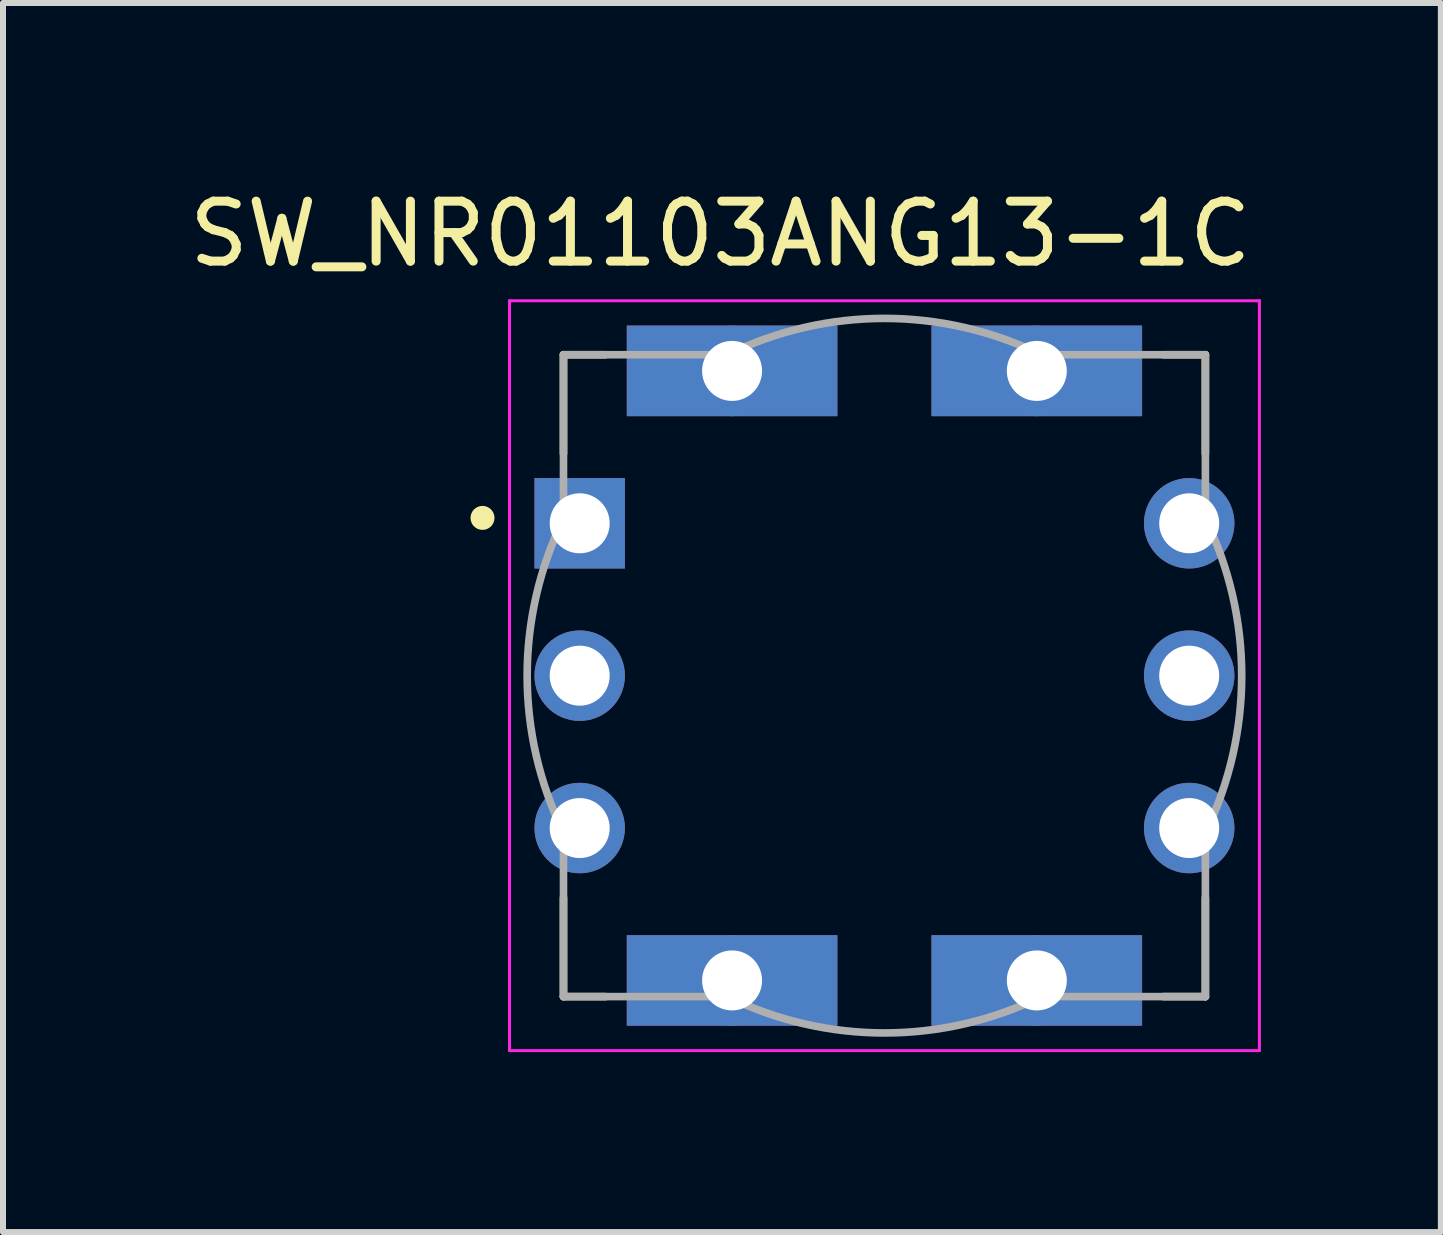
<source format=kicad_pcb>
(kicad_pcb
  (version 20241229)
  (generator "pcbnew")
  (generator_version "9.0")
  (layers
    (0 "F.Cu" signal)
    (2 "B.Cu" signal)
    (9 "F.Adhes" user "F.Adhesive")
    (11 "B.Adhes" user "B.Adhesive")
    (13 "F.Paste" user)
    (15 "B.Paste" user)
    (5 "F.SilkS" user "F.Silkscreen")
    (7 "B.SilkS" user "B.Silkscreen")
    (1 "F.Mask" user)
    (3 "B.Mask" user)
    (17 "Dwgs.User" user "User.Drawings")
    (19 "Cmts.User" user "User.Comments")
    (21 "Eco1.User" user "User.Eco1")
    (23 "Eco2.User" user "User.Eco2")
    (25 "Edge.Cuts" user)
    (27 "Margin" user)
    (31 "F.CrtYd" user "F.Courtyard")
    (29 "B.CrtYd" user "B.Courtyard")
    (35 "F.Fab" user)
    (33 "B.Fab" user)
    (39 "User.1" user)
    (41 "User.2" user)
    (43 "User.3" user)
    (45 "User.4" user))
  (footprint "SW_NR01103ANG13-1C"
    (layer "F.Cu")
    (at 11.693 8.213)
    (property "Reference" "SW_NR01103ANG13-1C" (at -2.735 -7.365 0) (layer "F.SilkS") (effects (font (size 1 1) (thickness 0.15))))
    (attr through_hole)
    (fp_poly (pts (xy -4.29 -5.83) (xy -0.79 -5.83) (xy -0.79 -4.33) (xy -4.29 -4.33)) (stroke (width 0.01) (type solid)) (fill yes) (layer "F.Cu"))
    (fp_poly (pts (xy -4.29 4.33) (xy -0.79 4.33) (xy -0.79 5.83) (xy -4.29 5.83)) (stroke (width 0.01) (type solid)) (fill yes) (layer "F.Cu"))
    (fp_poly (pts (xy 0.79 -5.83) (xy 4.29 -5.83) (xy 4.29 -4.33) (xy 0.79 -4.33)) (stroke (width 0.01) (type solid)) (fill yes) (layer "F.Cu"))
    (fp_poly (pts (xy 0.79 4.33) (xy 4.29 4.33) (xy 4.29 5.83) (xy 0.79 5.83)) (stroke (width 0.01) (type solid)) (fill yes) (layer "F.Cu"))
    (fp_poly (pts (xy -4.4 -5.93) (xy -0.7 -5.93) (xy -0.7 -4.23) (xy -4.4 -4.23)) (stroke (width 0.01) (type solid)) (fill yes) (layer "F.Mask"))
    (fp_poly (pts (xy -4.4 4.23) (xy -0.7 4.23) (xy -0.7 5.93) (xy -4.4 5.93)) (stroke (width 0.01) (type solid)) (fill yes) (layer "F.Mask"))
    (fp_poly (pts (xy 0.68 -5.93) (xy 4.38 -5.93) (xy 4.38 -4.23) (xy 0.68 -4.23)) (stroke (width 0.01) (type solid)) (fill yes) (layer "F.Mask"))
    (fp_poly (pts (xy 0.68 4.23) (xy 4.38 4.23) (xy 4.38 5.93) (xy 0.68 5.93)) (stroke (width 0.01) (type solid)) (fill yes) (layer "F.Mask"))
    (fp_poly (pts (xy -4.29 -5.83) (xy -0.79 -5.83) (xy -0.79 -4.33) (xy -4.29 -4.33)) (stroke (width 0.01) (type solid)) (fill yes) (layer "B.Cu"))
    (fp_poly (pts (xy -4.29 4.33) (xy -0.79 4.33) (xy -0.79 5.83) (xy -4.29 5.83)) (stroke (width 0.01) (type solid)) (fill yes) (layer "B.Cu"))
    (fp_poly (pts (xy 0.79 -5.83) (xy 4.29 -5.83) (xy 4.29 -4.33) (xy 0.79 -4.33)) (stroke (width 0.01) (type solid)) (fill yes) (layer "B.Cu"))
    (fp_poly (pts (xy 0.79 4.33) (xy 4.29 4.33) (xy 4.29 5.83) (xy 0.79 5.83)) (stroke (width 0.01) (type solid)) (fill yes) (layer "B.Cu"))
    (fp_poly (pts (xy -4.4 -5.93) (xy -0.7 -5.93) (xy -0.7 -4.23) (xy -4.4 -4.23)) (stroke (width 0.01) (type solid)) (fill yes) (layer "B.Mask"))
    (fp_poly (pts (xy -4.4 4.23) (xy -0.7 4.23) (xy -0.7 5.93) (xy -4.4 5.93)) (stroke (width 0.01) (type solid)) (fill yes) (layer "B.Mask"))
    (fp_poly (pts (xy 0.68 -5.93) (xy 4.38 -5.93) (xy 4.38 -4.23) (xy 0.68 -4.23)) (stroke (width 0.01) (type solid)) (fill yes) (layer "B.Mask"))
    (fp_poly (pts (xy 0.68 4.23) (xy 4.38 4.23) (xy 4.38 5.93) (xy 0.68 5.93)) (stroke (width 0.01) (type solid)) (fill yes) (layer "B.Mask"))
    (fp_line (start -5.35 -5.35) (end -5.35 -3.7) (stroke (width 0.127) (type solid)) (layer "F.SilkS"))
    (fp_line (start -5.35 5.35) (end -5.35 3.7) (stroke (width 0.127) (type solid)) (layer "F.SilkS"))
    (fp_line (start -4.65 -5.35) (end -5.35 -5.35) (stroke (width 0.127) (type solid)) (layer "F.SilkS"))
    (fp_line (start -4.65 5.35) (end -5.35 5.35) (stroke (width 0.127) (type solid)) (layer "F.SilkS"))
    (fp_line (start 5.35 -5.35) (end 4.65 -5.35) (stroke (width 0.127) (type solid)) (layer "F.SilkS"))
    (fp_line (start 5.35 -3.7) (end 5.35 -5.35) (stroke (width 0.127) (type solid)) (layer "F.SilkS"))
    (fp_line (start 5.35 3.7) (end 5.35 5.35) (stroke (width 0.127) (type solid)) (layer "F.SilkS"))
    (fp_line (start 5.35 5.35) (end 4.65 5.35) (stroke (width 0.127) (type solid)) (layer "F.SilkS"))
    (fp_circle (center -6.7 -2.63) (end -6.6 -2.63) (stroke (width 0.2) (type solid)) (fill no) (layer "F.SilkS"))
    (fp_line (start -6.25 -6.25) (end 6.25 -6.25) (stroke (width 0.05) (type solid)) (layer "F.CrtYd"))
    (fp_line (start -6.25 6.25) (end -6.25 -6.25) (stroke (width 0.05) (type solid)) (layer "F.CrtYd"))
    (fp_line (start 6.25 -6.25) (end 6.25 6.25) (stroke (width 0.05) (type solid)) (layer "F.CrtYd"))
    (fp_line (start 6.25 6.25) (end -6.25 6.25) (stroke (width 0.05) (type solid)) (layer "F.CrtYd"))
    (fp_line (start -5.35 -5.35) (end -2.616 -5.35) (stroke (width 0.127) (type solid)) (layer "F.Fab"))
    (fp_line (start -5.35 -2.616) (end -5.35 -5.35) (stroke (width 0.127) (type solid)) (layer "F.Fab"))
    (fp_line (start -5.35 5.35) (end -5.35 2.616) (stroke (width 0.127) (type solid)) (layer "F.Fab"))
    (fp_line (start -5.35 5.35) (end -2.616 5.35) (stroke (width 0.127) (type solid)) (layer "F.Fab"))
    (fp_line (start 2.616 -5.35) (end 5.35 -5.35) (stroke (width 0.127) (type solid)) (layer "F.Fab"))
    (fp_line (start 2.616 5.35) (end 5.35 5.35) (stroke (width 0.127) (type solid)) (layer "F.Fab"))
    (fp_line (start 5.35 -2.616) (end 5.35 -5.35) (stroke (width 0.127) (type solid)) (layer "F.Fab"))
    (fp_line (start 5.35 5.35) (end 5.35 2.616) (stroke (width 0.127) (type solid)) (layer "F.Fab"))
    (fp_arc (start -5.35 2.6165) (mid -5.955549 0) (end -5.35 -2.6165) (stroke (width 0.127) (type solid)) (layer "F.Fab"))
    (fp_arc (start -2.6165 -5.35) (mid 0 -5.955549) (end 2.6165 -5.35) (stroke (width 0.127) (type solid)) (layer "F.Fab"))
    (fp_arc (start 2.6165 5.35) (mid 0 5.955549) (end -2.6165 5.35) (stroke (width 0.127) (type solid)) (layer "F.Fab"))
    (fp_arc (start 5.35 -2.6165) (mid 5.955549 0) (end 5.35 2.6165) (stroke (width 0.127) (type solid)) (layer "F.Fab"))
    (pad "1" thru_hole rect (at -5.08 -2.54) (size 1.508 1.508) (drill 1) (layers "*.Cu" "*.Mask"))
    (pad "2" thru_hole circle (at 5.08 -2.54) (size 1.508 1.508) (drill 1) (layers "*.Cu" "*.Mask"))
    (pad "3" thru_hole circle (at 5.08 0) (size 1.508 1.508) (drill 1) (layers "*.Cu" "*.Mask"))
    (pad "4" thru_hole circle (at 5.08 2.54) (size 1.508 1.508) (drill 1) (layers "*.Cu" "*.Mask"))
    (pad "5" thru_hole circle (at -5.08 2.54) (size 1.508 1.508) (drill 1) (layers "*.Cu" "*.Mask"))
    (pad "C" thru_hole circle (at -5.08 0) (size 1.508 1.508) (drill 1) (layers "*.Cu" "*.Mask"))
    (pad "S1" thru_hole circle (at -2.54 -5.08) (size 1.508 1.508) (drill 1) (layers "*.Cu"))
    (pad "S2" thru_hole circle (at -2.54 5.08) (size 1.508 1.508) (drill 1) (layers "*.Cu"))
    (pad "S3" thru_hole circle (at 2.54 5.08) (size 1.508 1.508) (drill 1) (layers "*.Cu"))
    (pad "S4" thru_hole circle (at 2.54 -5.08) (size 1.508 1.508) (drill 1) (layers "*.Cu")))
  (gr_rect
    (start -3 -3)
    (end 20.968 17.488)
    (stroke (width 0.1) (type default))
    (fill no)
    (layer "Edge.Cuts")))
</source>
